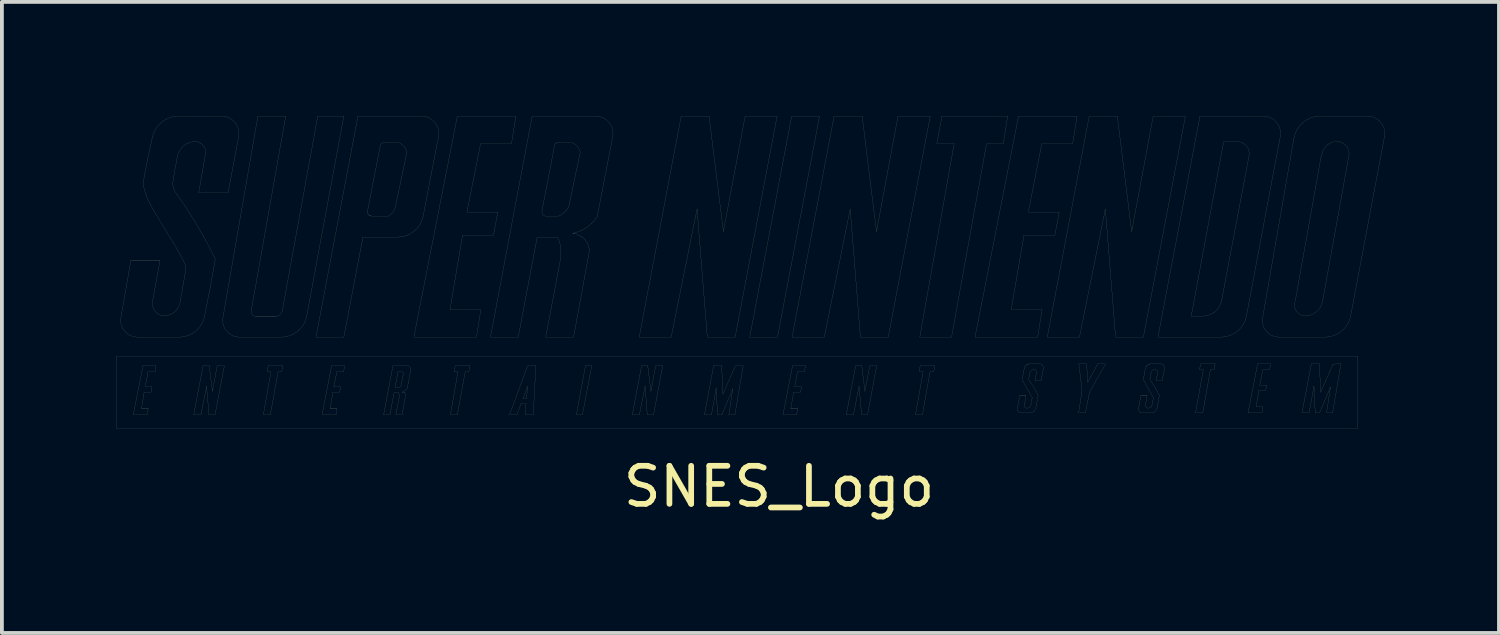
<source format=kicad_pcb>
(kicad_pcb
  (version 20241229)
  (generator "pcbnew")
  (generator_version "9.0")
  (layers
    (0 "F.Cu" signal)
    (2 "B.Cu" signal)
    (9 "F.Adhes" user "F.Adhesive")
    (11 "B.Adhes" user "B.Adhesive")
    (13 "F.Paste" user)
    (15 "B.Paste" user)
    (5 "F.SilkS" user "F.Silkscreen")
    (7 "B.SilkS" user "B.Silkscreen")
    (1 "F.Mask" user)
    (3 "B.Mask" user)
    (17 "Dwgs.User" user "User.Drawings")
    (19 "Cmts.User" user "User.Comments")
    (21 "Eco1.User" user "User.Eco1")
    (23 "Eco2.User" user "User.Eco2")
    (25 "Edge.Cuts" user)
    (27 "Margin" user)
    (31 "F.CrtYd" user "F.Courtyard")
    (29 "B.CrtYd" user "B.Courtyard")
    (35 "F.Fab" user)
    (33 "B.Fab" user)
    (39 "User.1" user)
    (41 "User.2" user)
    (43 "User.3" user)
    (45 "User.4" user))
  (footprint "SNES_Logo"
    (layer "F.Cu")
    (at 17.424 8.467)
    (property "Reference" "SNES_Logo" (at 0 1.27 0) (layer "F.SilkS") (effects (font (size 1 1) (thickness 0.15))))
    (attr through_hole)
    (fp_line (start -17.423 -2.155) (end -17.423 -0.251) (stroke (width 0.002) (type solid)) (layer "F.SilkS"))
    (fp_line (start -17.423 -0.251) (end 15.206 -0.251) (stroke (width 0.002) (type solid)) (layer "F.SilkS"))
    (fp_line (start -17.035 -4.67) (end -17.292 -3.195) (stroke (width 0.002) (type solid)) (layer "F.SilkS"))
    (fp_line (start -16.972 -0.617) (end -16.715 -1.909) (stroke (width 0.002) (type solid)) (layer "F.SilkS"))
    (fp_line (start -16.84 -2.658) (end -15.748 -2.658) (stroke (width 0.002) (type solid)) (layer "F.SilkS"))
    (fp_line (start -16.755 -0.777) (end -16.577 -0.777) (stroke (width 0.002) (type solid)) (layer "F.SilkS"))
    (fp_line (start -16.715 -1.909) (end -16.377 -1.909) (stroke (width 0.002) (type solid)) (layer "F.SilkS"))
    (fp_line (start -16.697 -6.791) (end -16.697 -6.785) (stroke (width 0.002) (type solid)) (layer "F.SilkS"))
    (fp_line (start -16.697 -6.785) (end -16.697 -6.78) (stroke (width 0.002) (type solid)) (layer "F.SilkS"))
    (fp_line (start -16.692 -6.825) (end -16.692 -6.814) (stroke (width 0.002) (type solid)) (layer "F.SilkS"))
    (fp_line (start -16.692 -6.814) (end -16.692 -6.802) (stroke (width 0.002) (type solid)) (layer "F.SilkS"))
    (fp_line (start -16.692 -6.802) (end -16.697 -6.791) (stroke (width 0.002) (type solid)) (layer "F.SilkS"))
    (fp_line (start -16.686 -6.871) (end -16.686 -6.854) (stroke (width 0.002) (type solid)) (layer "F.SilkS"))
    (fp_line (start -16.686 -6.854) (end -16.686 -6.842) (stroke (width 0.002) (type solid)) (layer "F.SilkS"))
    (fp_line (start -16.686 -6.842) (end -16.692 -6.825) (stroke (width 0.002) (type solid)) (layer "F.SilkS"))
    (fp_line (start -16.686 -1.212) (end -16.755 -0.777) (stroke (width 0.002) (type solid)) (layer "F.SilkS"))
    (fp_line (start -16.68 -6.9) (end -16.68 -6.882) (stroke (width 0.002) (type solid)) (layer "F.SilkS"))
    (fp_line (start -16.68 -6.882) (end -16.686 -6.871) (stroke (width 0.002) (type solid)) (layer "F.SilkS"))
    (fp_line (start -16.674 -6.94) (end -16.68 -6.9) (stroke (width 0.002) (type solid)) (layer "F.SilkS"))
    (fp_line (start -16.663 -6.974) (end -16.674 -6.94) (stroke (width 0.002) (type solid)) (layer "F.SilkS"))
    (fp_line (start -16.657 -7.014) (end -16.663 -6.974) (stroke (width 0.002) (type solid)) (layer "F.SilkS"))
    (fp_line (start -16.657 -1.349) (end -16.48 -1.349) (stroke (width 0.002) (type solid)) (layer "F.SilkS"))
    (fp_line (start -16.652 -7.06) (end -16.657 -7.014) (stroke (width 0.002) (type solid)) (layer "F.SilkS"))
    (fp_line (start -16.64 -7.105) (end -16.652 -7.06) (stroke (width 0.002) (type solid)) (layer "F.SilkS"))
    (fp_line (start -16.629 -7.151) (end -16.64 -7.105) (stroke (width 0.002) (type solid)) (layer "F.SilkS"))
    (fp_line (start -16.623 -7.197) (end -16.629 -7.151) (stroke (width 0.002) (type solid)) (layer "F.SilkS"))
    (fp_line (start -16.612 -7.243) (end -16.623 -7.197) (stroke (width 0.002) (type solid)) (layer "F.SilkS"))
    (fp_line (start -16.606 -0.617) (end -16.972 -0.617) (stroke (width 0.002) (type solid)) (layer "F.SilkS"))
    (fp_line (start -16.6 -7.294) (end -16.612 -7.243) (stroke (width 0.002) (type solid)) (layer "F.SilkS"))
    (fp_line (start -16.583 -7.391) (end -16.6 -7.294) (stroke (width 0.002) (type solid)) (layer "F.SilkS"))
    (fp_line (start -16.583 -1.749) (end -16.657 -1.349) (stroke (width 0.002) (type solid)) (layer "F.SilkS"))
    (fp_line (start -16.577 -0.777) (end -16.606 -0.617) (stroke (width 0.002) (type solid)) (layer "F.SilkS"))
    (fp_line (start -16.572 -7.437) (end -16.583 -7.391) (stroke (width 0.002) (type solid)) (layer "F.SilkS"))
    (fp_line (start -16.56 -7.488) (end -16.572 -7.437) (stroke (width 0.002) (type solid)) (layer "F.SilkS"))
    (fp_line (start -16.549 -7.534) (end -16.56 -7.488) (stroke (width 0.002) (type solid)) (layer "F.SilkS"))
    (fp_line (start -16.543 -7.58) (end -16.549 -7.534) (stroke (width 0.002) (type solid)) (layer "F.SilkS"))
    (fp_line (start -16.532 -7.62) (end -16.543 -7.58) (stroke (width 0.002) (type solid)) (layer "F.SilkS"))
    (fp_line (start -16.526 -7.66) (end -16.532 -7.62) (stroke (width 0.002) (type solid)) (layer "F.SilkS"))
    (fp_line (start -16.514 -7.7) (end -16.526 -7.66) (stroke (width 0.002) (type solid)) (layer "F.SilkS"))
    (fp_line (start -16.509 -7.734) (end -16.514 -7.7) (stroke (width 0.002) (type solid)) (layer "F.SilkS"))
    (fp_line (start -16.503 -7.751) (end -16.509 -7.734) (stroke (width 0.002) (type solid)) (layer "F.SilkS"))
    (fp_line (start -16.503 -1.212) (end -16.686 -1.212) (stroke (width 0.002) (type solid)) (layer "F.SilkS"))
    (fp_line (start -16.497 -7.786) (end -16.497 -7.768) (stroke (width 0.002) (type solid)) (layer "F.SilkS"))
    (fp_line (start -16.497 -7.768) (end -16.503 -7.751) (stroke (width 0.002) (type solid)) (layer "F.SilkS"))
    (fp_line (start -16.492 -7.814) (end -16.492 -7.797) (stroke (width 0.002) (type solid)) (layer "F.SilkS"))
    (fp_line (start -16.492 -7.797) (end -16.497 -7.786) (stroke (width 0.002) (type solid)) (layer "F.SilkS"))
    (fp_line (start -16.486 -7.837) (end -16.486 -7.826) (stroke (width 0.002) (type solid)) (layer "F.SilkS"))
    (fp_line (start -16.486 -7.826) (end -16.492 -7.814) (stroke (width 0.002) (type solid)) (layer "F.SilkS"))
    (fp_line (start -16.48 -7.866) (end -16.48 -7.854) (stroke (width 0.002) (type solid)) (layer "F.SilkS"))
    (fp_line (start -16.48 -7.854) (end -16.48 -7.849) (stroke (width 0.002) (type solid)) (layer "F.SilkS"))
    (fp_line (start -16.48 -7.849) (end -16.486 -7.837) (stroke (width 0.002) (type solid)) (layer "F.SilkS"))
    (fp_line (start -16.48 -1.349) (end -16.503 -1.212) (stroke (width 0.002) (type solid)) (layer "F.SilkS"))
    (fp_line (start -16.474 -7.889) (end -16.474 -7.883) (stroke (width 0.002) (type solid)) (layer "F.SilkS"))
    (fp_line (start -16.474 -7.883) (end -16.474 -7.877) (stroke (width 0.002) (type solid)) (layer "F.SilkS"))
    (fp_line (start -16.474 -7.877) (end -16.474 -7.871) (stroke (width 0.002) (type solid)) (layer "F.SilkS"))
    (fp_line (start -16.474 -7.871) (end -16.48 -7.866) (stroke (width 0.002) (type solid)) (layer "F.SilkS"))
    (fp_line (start -16.463 -3.607) (end -16.269 -4.67) (stroke (width 0.002) (type solid)) (layer "F.SilkS"))
    (fp_line (start -16.4 -1.749) (end -16.583 -1.749) (stroke (width 0.002) (type solid)) (layer "F.SilkS"))
    (fp_line (start -16.377 -1.909) (end -16.4 -1.749) (stroke (width 0.002) (type solid)) (layer "F.SilkS"))
    (fp_line (start -16.269 -4.67) (end -17.035 -4.67) (stroke (width 0.002) (type solid)) (layer "F.SilkS"))
    (fp_line (start -15.383 -0.617) (end -15.137 -1.909) (stroke (width 0.002) (type solid)) (layer "F.SilkS"))
    (fp_line (start -15.251 -6.454) (end -14.479 -6.454) (stroke (width 0.002) (type solid)) (layer "F.SilkS"))
    (fp_line (start -15.194 -0.617) (end -15.383 -0.617) (stroke (width 0.002) (type solid)) (layer "F.SilkS"))
    (fp_line (start -15.137 -1.909) (end -14.977 -1.909) (stroke (width 0.002) (type solid)) (layer "F.SilkS"))
    (fp_line (start -15.085 -7.408) (end -15.251 -6.454) (stroke (width 0.002) (type solid)) (layer "F.SilkS"))
    (fp_line (start -15.045 -1.366) (end -15.194 -0.617) (stroke (width 0.002) (type solid)) (layer "F.SilkS"))
    (fp_line (start -14.982 -0.617) (end -15.045 -1.366) (stroke (width 0.002) (type solid)) (layer "F.SilkS"))
    (fp_line (start -14.977 -1.909) (end -14.891 -1.235) (stroke (width 0.002) (type solid)) (layer "F.SilkS"))
    (fp_line (start -14.891 -1.235) (end -14.765 -1.909) (stroke (width 0.002) (type solid)) (layer "F.SilkS"))
    (fp_line (start -14.822 -0.617) (end -14.982 -0.617) (stroke (width 0.002) (type solid)) (layer "F.SilkS"))
    (fp_line (start -14.765 -1.909) (end -14.577 -1.909) (stroke (width 0.002) (type solid)) (layer "F.SilkS"))
    (fp_line (start -14.668 -8.466) (end -15.8 -8.466) (stroke (width 0.002) (type solid)) (layer "F.SilkS"))
    (fp_line (start -14.577 -1.909) (end -14.822 -0.617) (stroke (width 0.002) (type solid)) (layer "F.SilkS"))
    (fp_line (start -14.479 -6.454) (end -14.211 -7.889) (stroke (width 0.002) (type solid)) (layer "F.SilkS"))
    (fp_line (start -14.159 -2.658) (end -13.067 -2.658) (stroke (width 0.002) (type solid)) (layer "F.SilkS"))
    (fp_line (start -13.873 -3.344) (end -12.965 -8.466) (stroke (width 0.002) (type solid)) (layer "F.SilkS"))
    (fp_line (start -13.696 -8.466) (end -14.611 -3.195) (stroke (width 0.002) (type solid)) (layer "F.SilkS"))
    (fp_line (start -13.553 -0.617) (end -13.353 -1.749) (stroke (width 0.002) (type solid)) (layer "F.SilkS"))
    (fp_line (start -13.456 -1.749) (end -13.422 -1.909) (stroke (width 0.002) (type solid)) (layer "F.SilkS"))
    (fp_line (start -13.422 -1.909) (end -13.045 -1.909) (stroke (width 0.002) (type solid)) (layer "F.SilkS"))
    (fp_line (start -13.37 -0.617) (end -13.553 -0.617) (stroke (width 0.002) (type solid)) (layer "F.SilkS"))
    (fp_line (start -13.353 -1.749) (end -13.456 -1.749) (stroke (width 0.002) (type solid)) (layer "F.SilkS"))
    (fp_line (start -13.216 -3.207) (end -13.759 -3.207) (stroke (width 0.002) (type solid)) (layer "F.SilkS"))
    (fp_line (start -13.165 -1.749) (end -13.37 -0.617) (stroke (width 0.002) (type solid)) (layer "F.SilkS"))
    (fp_line (start -13.067 -1.749) (end -13.165 -1.749) (stroke (width 0.002) (type solid)) (layer "F.SilkS"))
    (fp_line (start -13.045 -1.909) (end -13.067 -1.749) (stroke (width 0.002) (type solid)) (layer "F.SilkS"))
    (fp_line (start -12.965 -8.466) (end -13.696 -8.466) (stroke (width 0.002) (type solid)) (layer "F.SilkS"))
    (fp_line (start -12.416 -3.195) (end -11.438 -8.466) (stroke (width 0.002) (type solid)) (layer "F.SilkS"))
    (fp_line (start -12.17 -2.658) (end -11.438 -2.658) (stroke (width 0.002) (type solid)) (layer "F.SilkS"))
    (fp_line (start -12.124 -8.466) (end -13.056 -3.344) (stroke (width 0.002) (type solid)) (layer "F.SilkS"))
    (fp_line (start -12.01 -0.617) (end -11.758 -1.909) (stroke (width 0.002) (type solid)) (layer "F.SilkS"))
    (fp_line (start -11.798 -0.777) (end -11.621 -0.777) (stroke (width 0.002) (type solid)) (layer "F.SilkS"))
    (fp_line (start -11.758 -1.909) (end -11.415 -1.909) (stroke (width 0.002) (type solid)) (layer "F.SilkS"))
    (fp_line (start -11.724 -1.212) (end -11.798 -0.777) (stroke (width 0.002) (type solid)) (layer "F.SilkS"))
    (fp_line (start -11.701 -1.349) (end -11.524 -1.349) (stroke (width 0.002) (type solid)) (layer "F.SilkS"))
    (fp_line (start -11.644 -0.617) (end -12.01 -0.617) (stroke (width 0.002) (type solid)) (layer "F.SilkS"))
    (fp_line (start -11.621 -1.749) (end -11.701 -1.349) (stroke (width 0.002) (type solid)) (layer "F.SilkS"))
    (fp_line (start -11.621 -0.777) (end -11.644 -0.617) (stroke (width 0.002) (type solid)) (layer "F.SilkS"))
    (fp_line (start -11.547 -1.212) (end -11.724 -1.212) (stroke (width 0.002) (type solid)) (layer "F.SilkS"))
    (fp_line (start -11.524 -1.349) (end -11.547 -1.212) (stroke (width 0.002) (type solid)) (layer "F.SilkS"))
    (fp_line (start -11.444 -1.749) (end -11.621 -1.749) (stroke (width 0.002) (type solid)) (layer "F.SilkS"))
    (fp_line (start -11.438 -8.466) (end -12.124 -8.466) (stroke (width 0.002) (type solid)) (layer "F.SilkS"))
    (fp_line (start -11.438 -2.658) (end -10.935 -5.288) (stroke (width 0.002) (type solid)) (layer "F.SilkS"))
    (fp_line (start -11.415 -1.909) (end -11.444 -1.749) (stroke (width 0.002) (type solid)) (layer "F.SilkS"))
    (fp_line (start -11.067 -8.466) (end -12.17 -2.658) (stroke (width 0.002) (type solid)) (layer "F.SilkS"))
    (fp_line (start -10.935 -5.288) (end -10.003 -5.288) (stroke (width 0.002) (type solid)) (layer "F.SilkS"))
    (fp_line (start -10.815 -5.974) (end -10.472 -7.728) (stroke (width 0.002) (type solid)) (layer "F.SilkS"))
    (fp_line (start -10.815 -5.934) (end -10.815 -5.939) (stroke (width 0.002) (type solid)) (layer "F.SilkS"))
    (fp_line (start -10.809 -5.928) (end -10.815 -5.934) (stroke (width 0.002) (type solid)) (layer "F.SilkS"))
    (fp_line (start -10.809 -5.922) (end -10.809 -5.928) (stroke (width 0.002) (type solid)) (layer "F.SilkS"))
    (fp_line (start -10.809 -5.916) (end -10.809 -5.922) (stroke (width 0.002) (type solid)) (layer "F.SilkS"))
    (fp_line (start -10.804 -5.911) (end -10.809 -5.916) (stroke (width 0.002) (type solid)) (layer "F.SilkS"))
    (fp_line (start -10.804 -5.905) (end -10.804 -5.911) (stroke (width 0.002) (type solid)) (layer "F.SilkS"))
    (fp_line (start -10.804 -5.899) (end -10.804 -5.905) (stroke (width 0.002) (type solid)) (layer "F.SilkS"))
    (fp_line (start -10.798 -5.893) (end -10.804 -5.899) (stroke (width 0.002) (type solid)) (layer "F.SilkS"))
    (fp_line (start -10.792 -5.888) (end -10.798 -5.893) (stroke (width 0.002) (type solid)) (layer "F.SilkS"))
    (fp_line (start -10.792 -5.882) (end -10.792 -5.888) (stroke (width 0.002) (type solid)) (layer "F.SilkS"))
    (fp_line (start -10.787 -5.876) (end -10.792 -5.882) (stroke (width 0.002) (type solid)) (layer "F.SilkS"))
    (fp_line (start -10.781 -5.871) (end -10.787 -5.876) (stroke (width 0.002) (type solid)) (layer "F.SilkS"))
    (fp_line (start -10.781 -5.865) (end -10.781 -5.871) (stroke (width 0.002) (type solid)) (layer "F.SilkS"))
    (fp_line (start -10.775 -5.865) (end -10.781 -5.865) (stroke (width 0.002) (type solid)) (layer "F.SilkS"))
    (fp_line (start -10.769 -5.859) (end -10.775 -5.865) (stroke (width 0.002) (type solid)) (layer "F.SilkS"))
    (fp_line (start -10.764 -5.853) (end -10.769 -5.859) (stroke (width 0.002) (type solid)) (layer "F.SilkS"))
    (fp_line (start -10.758 -5.853) (end -10.764 -5.853) (stroke (width 0.002) (type solid)) (layer "F.SilkS"))
    (fp_line (start -10.752 -5.848) (end -10.758 -5.853) (stroke (width 0.002) (type solid)) (layer "F.SilkS"))
    (fp_line (start -10.747 -5.848) (end -10.752 -5.848) (stroke (width 0.002) (type solid)) (layer "F.SilkS"))
    (fp_line (start -10.741 -5.848) (end -10.747 -5.848) (stroke (width 0.002) (type solid)) (layer "F.SilkS"))
    (fp_line (start -10.741 -5.842) (end -10.741 -5.848) (stroke (width 0.002) (type solid)) (layer "F.SilkS"))
    (fp_line (start -10.735 -5.842) (end -10.741 -5.842) (stroke (width 0.002) (type solid)) (layer "F.SilkS"))
    (fp_line (start -10.729 -5.842) (end -10.735 -5.842) (stroke (width 0.002) (type solid)) (layer "F.SilkS"))
    (fp_line (start -10.724 -5.842) (end -10.729 -5.842) (stroke (width 0.002) (type solid)) (layer "F.SilkS"))
    (fp_line (start -10.718 -5.842) (end -10.724 -5.842) (stroke (width 0.002) (type solid)) (layer "F.SilkS"))
    (fp_line (start -10.712 -5.836) (end -10.718 -5.842) (stroke (width 0.002) (type solid)) (layer "F.SilkS"))
    (fp_line (start -10.707 -5.836) (end -10.712 -5.836) (stroke (width 0.002) (type solid)) (layer "F.SilkS"))
    (fp_line (start -10.701 -5.836) (end -10.707 -5.836) (stroke (width 0.002) (type solid)) (layer "F.SilkS"))
    (fp_line (start -10.392 -0.617) (end -10.146 -1.909) (stroke (width 0.002) (type solid)) (layer "F.SilkS"))
    (fp_line (start -10.364 -7.774) (end -10.009 -7.774) (stroke (width 0.002) (type solid)) (layer "F.SilkS"))
    (fp_line (start -10.335 -8.466) (end -11.067 -8.466) (stroke (width 0.002) (type solid)) (layer "F.SilkS"))
    (fp_line (start -10.272 -5.836) (end -10.701 -5.836) (stroke (width 0.002) (type solid)) (layer "F.SilkS"))
    (fp_line (start -10.226 -0.617) (end -10.392 -0.617) (stroke (width 0.002) (type solid)) (layer "F.SilkS"))
    (fp_line (start -10.146 -1.909) (end -9.78 -1.909) (stroke (width 0.002) (type solid)) (layer "F.SilkS"))
    (fp_line (start -10.118 -1.2) (end -10.226 -0.617) (stroke (width 0.002) (type solid)) (layer "F.SilkS"))
    (fp_line (start -10.066 -1.326) (end -9.998 -1.326) (stroke (width 0.002) (type solid)) (layer "F.SilkS"))
    (fp_line (start -10.015 -1.743) (end -10.089 -1.355) (stroke (width 0.002) (type solid)) (layer "F.SilkS"))
    (fp_line (start -10.003 -1.2) (end -10.118 -1.2) (stroke (width 0.002) (type solid)) (layer "F.SilkS"))
    (fp_line (start -9.935 -1.377) (end -9.872 -1.698) (stroke (width 0.002) (type solid)) (layer "F.SilkS"))
    (fp_line (start -9.918 -1.755) (end -9.992 -1.755) (stroke (width 0.002) (type solid)) (layer "F.SilkS"))
    (fp_line (start -9.912 -1.212) (end -9.9 -1.212) (stroke (width 0.002) (type solid)) (layer "F.SilkS"))
    (fp_line (start -9.906 -0.617) (end -10.072 -0.617) (stroke (width 0.002) (type solid)) (layer "F.SilkS"))
    (fp_line (start -9.9 -1.212) (end -9.895 -1.212) (stroke (width 0.002) (type solid)) (layer "F.SilkS"))
    (fp_line (start -9.895 -1.212) (end -9.889 -1.212) (stroke (width 0.002) (type solid)) (layer "F.SilkS"))
    (fp_line (start -9.889 -1.212) (end -9.889 -1.206) (stroke (width 0.002) (type solid)) (layer "F.SilkS"))
    (fp_line (start -9.889 -1.206) (end -9.883 -1.206) (stroke (width 0.002) (type solid)) (layer "F.SilkS"))
    (fp_line (start -9.883 -1.206) (end -9.878 -1.206) (stroke (width 0.002) (type solid)) (layer "F.SilkS"))
    (fp_line (start -9.878 -1.206) (end -9.872 -1.206) (stroke (width 0.002) (type solid)) (layer "F.SilkS"))
    (fp_line (start -9.872 -1.206) (end -9.866 -1.206) (stroke (width 0.002) (type solid)) (layer "F.SilkS"))
    (fp_line (start -9.866 -1.206) (end -9.86 -1.2) (stroke (width 0.002) (type solid)) (layer "F.SilkS"))
    (fp_line (start -9.86 -1.2) (end -9.855 -1.2) (stroke (width 0.002) (type solid)) (layer "F.SilkS"))
    (fp_line (start -9.855 -1.2) (end -9.849 -1.2) (stroke (width 0.002) (type solid)) (layer "F.SilkS"))
    (fp_line (start -9.849 -1.2) (end -9.843 -1.2) (stroke (width 0.002) (type solid)) (layer "F.SilkS"))
    (fp_line (start -9.843 -1.2) (end -9.843 -1.195) (stroke (width 0.002) (type solid)) (layer "F.SilkS"))
    (fp_line (start -9.843 -1.195) (end -9.838 -1.195) (stroke (width 0.002) (type solid)) (layer "F.SilkS"))
    (fp_line (start -9.838 -1.195) (end -9.832 -1.195) (stroke (width 0.002) (type solid)) (layer "F.SilkS"))
    (fp_line (start -9.832 -1.195) (end -9.832 -1.189) (stroke (width 0.002) (type solid)) (layer "F.SilkS"))
    (fp_line (start -9.832 -1.189) (end -9.826 -1.189) (stroke (width 0.002) (type solid)) (layer "F.SilkS"))
    (fp_line (start -9.78 -7.517) (end -10.083 -6.082) (stroke (width 0.002) (type solid)) (layer "F.SilkS"))
    (fp_line (start -9.683 -1.778) (end -9.769 -1.32) (stroke (width 0.002) (type solid)) (layer "F.SilkS"))
    (fp_line (start -9.598 -2.658) (end -7.951 -2.658) (stroke (width 0.002) (type solid)) (layer "F.SilkS"))
    (fp_line (start -9.415 -8.466) (end -10.335 -8.466) (stroke (width 0.002) (type solid)) (layer "F.SilkS"))
    (fp_line (start -9.357 -5.825) (end -8.957 -7.889) (stroke (width 0.002) (type solid)) (layer "F.SilkS"))
    (fp_line (start -8.649 -3.378) (end -8.317 -5.339) (stroke (width 0.002) (type solid)) (layer "F.SilkS"))
    (fp_line (start -8.637 -0.617) (end -8.437 -1.749) (stroke (width 0.002) (type solid)) (layer "F.SilkS"))
    (fp_line (start -8.54 -1.749) (end -8.511 -1.909) (stroke (width 0.002) (type solid)) (layer "F.SilkS"))
    (fp_line (start -8.511 -1.909) (end -8.128 -1.909) (stroke (width 0.002) (type solid)) (layer "F.SilkS"))
    (fp_line (start -8.454 -8.466) (end -9.598 -2.658) (stroke (width 0.002) (type solid)) (layer "F.SilkS"))
    (fp_line (start -8.454 -0.617) (end -8.637 -0.617) (stroke (width 0.002) (type solid)) (layer "F.SilkS"))
    (fp_line (start -8.437 -1.749) (end -8.54 -1.749) (stroke (width 0.002) (type solid)) (layer "F.SilkS"))
    (fp_line (start -8.317 -5.339) (end -7.505 -5.339) (stroke (width 0.002) (type solid)) (layer "F.SilkS"))
    (fp_line (start -8.248 -1.749) (end -8.454 -0.617) (stroke (width 0.002) (type solid)) (layer "F.SilkS"))
    (fp_line (start -8.203 -5.945) (end -7.843 -7.746) (stroke (width 0.002) (type solid)) (layer "F.SilkS"))
    (fp_line (start -8.151 -1.749) (end -8.248 -1.749) (stroke (width 0.002) (type solid)) (layer "F.SilkS"))
    (fp_line (start -8.128 -1.909) (end -8.151 -1.749) (stroke (width 0.002) (type solid)) (layer "F.SilkS"))
    (fp_line (start -7.951 -2.658) (end -7.837 -3.378) (stroke (width 0.002) (type solid)) (layer "F.SilkS"))
    (fp_line (start -7.843 -7.746) (end -7.031 -7.746) (stroke (width 0.002) (type solid)) (layer "F.SilkS"))
    (fp_line (start -7.837 -3.378) (end -8.649 -3.378) (stroke (width 0.002) (type solid)) (layer "F.SilkS"))
    (fp_line (start -7.585 -2.658) (end -6.854 -2.658) (stroke (width 0.002) (type solid)) (layer "F.SilkS"))
    (fp_line (start -7.505 -5.339) (end -7.391 -5.945) (stroke (width 0.002) (type solid)) (layer "F.SilkS"))
    (fp_line (start -7.391 -5.945) (end -8.203 -5.945) (stroke (width 0.002) (type solid)) (layer "F.SilkS"))
    (fp_line (start -7.082 -0.617) (end -6.608 -1.909) (stroke (width 0.002) (type solid)) (layer "F.SilkS"))
    (fp_line (start -7.031 -7.746) (end -6.916 -8.466) (stroke (width 0.002) (type solid)) (layer "F.SilkS"))
    (fp_line (start -6.916 -8.466) (end -8.454 -8.466) (stroke (width 0.002) (type solid)) (layer "F.SilkS"))
    (fp_line (start -6.888 -0.617) (end -7.082 -0.617) (stroke (width 0.002) (type solid)) (layer "F.SilkS"))
    (fp_line (start -6.854 -2.658) (end -6.356 -5.288) (stroke (width 0.002) (type solid)) (layer "F.SilkS"))
    (fp_line (start -6.779 -0.914) (end -6.888 -0.617) (stroke (width 0.002) (type solid)) (layer "F.SilkS"))
    (fp_line (start -6.728 -1.04) (end -6.636 -1.04) (stroke (width 0.002) (type solid)) (layer "F.SilkS"))
    (fp_line (start -6.676 -0.617) (end -6.648 -0.914) (stroke (width 0.002) (type solid)) (layer "F.SilkS"))
    (fp_line (start -6.648 -0.914) (end -6.779 -0.914) (stroke (width 0.002) (type solid)) (layer "F.SilkS"))
    (fp_line (start -6.636 -1.04) (end -6.608 -1.366) (stroke (width 0.002) (type solid)) (layer "F.SilkS"))
    (fp_line (start -6.608 -1.909) (end -6.391 -1.909) (stroke (width 0.002) (type solid)) (layer "F.SilkS"))
    (fp_line (start -6.608 -1.366) (end -6.728 -1.04) (stroke (width 0.002) (type solid)) (layer "F.SilkS"))
    (fp_line (start -6.488 -8.466) (end -7.585 -2.658) (stroke (width 0.002) (type solid)) (layer "F.SilkS"))
    (fp_line (start -6.459 -0.617) (end -6.676 -0.617) (stroke (width 0.002) (type solid)) (layer "F.SilkS"))
    (fp_line (start -6.391 -1.909) (end -6.459 -0.617) (stroke (width 0.002) (type solid)) (layer "F.SilkS"))
    (fp_line (start -6.356 -5.288) (end -5.836 -5.288) (stroke (width 0.002) (type solid)) (layer "F.SilkS"))
    (fp_line (start -6.231 -5.974) (end -5.893 -7.728) (stroke (width 0.002) (type solid)) (layer "F.SilkS"))
    (fp_line (start -6.133 -2.658) (end -5.402 -2.658) (stroke (width 0.002) (type solid)) (layer "F.SilkS"))
    (fp_line (start -5.893 -7.728) (end -5.888 -7.734) (stroke (width 0.002) (type solid)) (layer "F.SilkS"))
    (fp_line (start -5.888 -7.734) (end -5.882 -7.74) (stroke (width 0.002) (type solid)) (layer "F.SilkS"))
    (fp_line (start -5.882 -7.74) (end -5.87 -7.746) (stroke (width 0.002) (type solid)) (layer "F.SilkS"))
    (fp_line (start -5.87 -7.746) (end -5.865 -7.746) (stroke (width 0.002) (type solid)) (layer "F.SilkS"))
    (fp_line (start -5.865 -7.746) (end -5.859 -7.751) (stroke (width 0.002) (type solid)) (layer "F.SilkS"))
    (fp_line (start -5.859 -7.751) (end -5.853 -7.757) (stroke (width 0.002) (type solid)) (layer "F.SilkS"))
    (fp_line (start -5.853 -7.757) (end -5.848 -7.757) (stroke (width 0.002) (type solid)) (layer "F.SilkS"))
    (fp_line (start -5.848 -7.757) (end -5.842 -7.763) (stroke (width 0.002) (type solid)) (layer "F.SilkS"))
    (fp_line (start -5.842 -7.763) (end -5.836 -7.763) (stroke (width 0.002) (type solid)) (layer "F.SilkS"))
    (fp_line (start -5.836 -7.763) (end -5.825 -7.768) (stroke (width 0.002) (type solid)) (layer "F.SilkS"))
    (fp_line (start -5.825 -7.768) (end -5.819 -7.768) (stroke (width 0.002) (type solid)) (layer "F.SilkS"))
    (fp_line (start -5.819 -7.768) (end -5.813 -7.768) (stroke (width 0.002) (type solid)) (layer "F.SilkS"))
    (fp_line (start -5.813 -7.768) (end -5.808 -7.768) (stroke (width 0.002) (type solid)) (layer "F.SilkS"))
    (fp_line (start -5.808 -7.774) (end -5.802 -7.774) (stroke (width 0.002) (type solid)) (layer "F.SilkS"))
    (fp_line (start -5.808 -7.768) (end -5.808 -7.774) (stroke (width 0.002) (type solid)) (layer "F.SilkS"))
    (fp_line (start -5.802 -7.774) (end -5.796 -7.774) (stroke (width 0.002) (type solid)) (layer "F.SilkS"))
    (fp_line (start -5.802 -5.836) (end -6.116 -5.836) (stroke (width 0.002) (type solid)) (layer "F.SilkS"))
    (fp_line (start -5.796 -7.774) (end -5.79 -7.774) (stroke (width 0.002) (type solid)) (layer "F.SilkS"))
    (fp_line (start -5.79 -7.774) (end -5.785 -7.774) (stroke (width 0.002) (type solid)) (layer "F.SilkS"))
    (fp_line (start -5.785 -7.774) (end -5.453 -7.774) (stroke (width 0.002) (type solid)) (layer "F.SilkS"))
    (fp_line (start -5.373 -5.385) (end -5.424 -5.385) (stroke (width 0.002) (type solid)) (layer "F.SilkS"))
    (fp_line (start -5.327 -0.617) (end -5.087 -1.909) (stroke (width 0.002) (type solid)) (layer "F.SilkS"))
    (fp_line (start -5.224 -7.517) (end -5.527 -6.088) (stroke (width 0.002) (type solid)) (layer "F.SilkS"))
    (fp_line (start -5.167 -0.617) (end -5.327 -0.617) (stroke (width 0.002) (type solid)) (layer "F.SilkS"))
    (fp_line (start -5.087 -1.909) (end -4.921 -1.909) (stroke (width 0.002) (type solid)) (layer "F.SilkS"))
    (fp_line (start -4.921 -1.909) (end -5.167 -0.617) (stroke (width 0.002) (type solid)) (layer "F.SilkS"))
    (fp_line (start -4.836 -8.466) (end -6.488 -8.466) (stroke (width 0.002) (type solid)) (layer "F.SilkS"))
    (fp_line (start -4.779 -5.825) (end -4.378 -7.889) (stroke (width 0.002) (type solid)) (layer "F.SilkS"))
    (fp_line (start -3.858 -0.617) (end -3.612 -1.909) (stroke (width 0.002) (type solid)) (layer "F.SilkS"))
    (fp_line (start -3.675 -2.658) (end -2.835 -2.658) (stroke (width 0.002) (type solid)) (layer "F.SilkS"))
    (fp_line (start -3.67 -0.617) (end -3.858 -0.617) (stroke (width 0.002) (type solid)) (layer "F.SilkS"))
    (fp_line (start -3.612 -1.909) (end -3.452 -1.909) (stroke (width 0.002) (type solid)) (layer "F.SilkS"))
    (fp_line (start -3.521 -1.366) (end -3.67 -0.617) (stroke (width 0.002) (type solid)) (layer "F.SilkS"))
    (fp_line (start -3.464 -0.617) (end -3.521 -1.366) (stroke (width 0.002) (type solid)) (layer "F.SilkS"))
    (fp_line (start -3.452 -1.909) (end -3.367 -1.235) (stroke (width 0.002) (type solid)) (layer "F.SilkS"))
    (fp_line (start -3.367 -1.235) (end -3.241 -1.909) (stroke (width 0.002) (type solid)) (layer "F.SilkS"))
    (fp_line (start -3.298 -0.617) (end -3.464 -0.617) (stroke (width 0.002) (type solid)) (layer "F.SilkS"))
    (fp_line (start -3.241 -1.909) (end -3.058 -1.909) (stroke (width 0.002) (type solid)) (layer "F.SilkS"))
    (fp_line (start -3.058 -1.909) (end -3.298 -0.617) (stroke (width 0.002) (type solid)) (layer "F.SilkS"))
    (fp_line (start -2.835 -2.658) (end -2.155 -6.025) (stroke (width 0.002) (type solid)) (layer "F.SilkS"))
    (fp_line (start -2.572 -8.466) (end -3.675 -2.658) (stroke (width 0.002) (type solid)) (layer "F.SilkS"))
    (fp_line (start -2.155 -6.025) (end -1.886 -2.658) (stroke (width 0.002) (type solid)) (layer "F.SilkS"))
    (fp_line (start -1.96 -0.617) (end -1.72 -1.909) (stroke (width 0.002) (type solid)) (layer "F.SilkS"))
    (fp_line (start -1.886 -2.658) (end -1.154 -2.658) (stroke (width 0.002) (type solid)) (layer "F.SilkS"))
    (fp_line (start -1.84 -8.466) (end -2.572 -8.466) (stroke (width 0.002) (type solid)) (layer "F.SilkS"))
    (fp_line (start -1.777 -0.617) (end -1.96 -0.617) (stroke (width 0.002) (type solid)) (layer "F.SilkS"))
    (fp_line (start -1.72 -1.909) (end -1.509 -1.909) (stroke (width 0.002) (type solid)) (layer "F.SilkS"))
    (fp_line (start -1.652 -1.315) (end -1.777 -0.617) (stroke (width 0.002) (type solid)) (layer "F.SilkS"))
    (fp_line (start -1.617 -0.617) (end -1.652 -1.315) (stroke (width 0.002) (type solid)) (layer "F.SilkS"))
    (fp_line (start -1.509 -1.909) (end -1.474 -1.16) (stroke (width 0.002) (type solid)) (layer "F.SilkS"))
    (fp_line (start -1.503 -0.617) (end -1.617 -0.617) (stroke (width 0.002) (type solid)) (layer "F.SilkS"))
    (fp_line (start -1.474 -1.16) (end -1.149 -1.903) (stroke (width 0.002) (type solid)) (layer "F.SilkS"))
    (fp_line (start -1.463 -5.43) (end -1.84 -8.466) (stroke (width 0.002) (type solid)) (layer "F.SilkS"))
    (fp_line (start -1.32 -0.617) (end -1.217 -1.297) (stroke (width 0.002) (type solid)) (layer "F.SilkS"))
    (fp_line (start -1.217 -1.297) (end -1.503 -0.617) (stroke (width 0.002) (type solid)) (layer "F.SilkS"))
    (fp_line (start -1.16 -0.617) (end -1.32 -0.617) (stroke (width 0.002) (type solid)) (layer "F.SilkS"))
    (fp_line (start -1.154 -2.658) (end -0.051 -8.466) (stroke (width 0.002) (type solid)) (layer "F.SilkS"))
    (fp_line (start -1.149 -1.903) (end -0.943 -1.903) (stroke (width 0.002) (type solid)) (layer "F.SilkS"))
    (fp_line (start -0.943 -1.903) (end -1.16 -0.617) (stroke (width 0.002) (type solid)) (layer "F.SilkS"))
    (fp_line (start -0.891 -8.466) (end -1.463 -5.43) (stroke (width 0.002) (type solid)) (layer "F.SilkS"))
    (fp_line (start -0.771 -2.658) (end -0.04 -2.658) (stroke (width 0.002) (type solid)) (layer "F.SilkS"))
    (fp_line (start -0.051 -8.466) (end -0.891 -8.466) (stroke (width 0.002) (type solid)) (layer "F.SilkS"))
    (fp_line (start -0.04 -2.658) (end 1.064 -8.466) (stroke (width 0.002) (type solid)) (layer "F.SilkS"))
    (fp_line (start 0.103 -0.617) (end 0.355 -1.909) (stroke (width 0.002) (type solid)) (layer "F.SilkS"))
    (fp_line (start 0.309 -0.777) (end 0.492 -0.777) (stroke (width 0.002) (type solid)) (layer "F.SilkS"))
    (fp_line (start 0.332 -8.466) (end -0.771 -2.658) (stroke (width 0.002) (type solid)) (layer "F.SilkS"))
    (fp_line (start 0.343 -2.658) (end 1.189 -2.658) (stroke (width 0.002) (type solid)) (layer "F.SilkS"))
    (fp_line (start 0.355 -1.909) (end 0.692 -1.909) (stroke (width 0.002) (type solid)) (layer "F.SilkS"))
    (fp_line (start 0.383 -1.212) (end 0.309 -0.777) (stroke (width 0.002) (type solid)) (layer "F.SilkS"))
    (fp_line (start 0.412 -1.349) (end 0.589 -1.349) (stroke (width 0.002) (type solid)) (layer "F.SilkS"))
    (fp_line (start 0.463 -0.617) (end 0.103 -0.617) (stroke (width 0.002) (type solid)) (layer "F.SilkS"))
    (fp_line (start 0.486 -1.749) (end 0.412 -1.349) (stroke (width 0.002) (type solid)) (layer "F.SilkS"))
    (fp_line (start 0.492 -0.777) (end 0.463 -0.617) (stroke (width 0.002) (type solid)) (layer "F.SilkS"))
    (fp_line (start 0.566 -1.212) (end 0.383 -1.212) (stroke (width 0.002) (type solid)) (layer "F.SilkS"))
    (fp_line (start 0.589 -1.349) (end 0.566 -1.212) (stroke (width 0.002) (type solid)) (layer "F.SilkS"))
    (fp_line (start 0.669 -1.749) (end 0.486 -1.749) (stroke (width 0.002) (type solid)) (layer "F.SilkS"))
    (fp_line (start 0.692 -1.909) (end 0.669 -1.749) (stroke (width 0.002) (type solid)) (layer "F.SilkS"))
    (fp_line (start 1.064 -8.466) (end 0.332 -8.466) (stroke (width 0.002) (type solid)) (layer "F.SilkS"))
    (fp_line (start 1.189 -2.658) (end 1.87 -6.025) (stroke (width 0.002) (type solid)) (layer "F.SilkS"))
    (fp_line (start 1.447 -8.466) (end 0.343 -2.658) (stroke (width 0.002) (type solid)) (layer "F.SilkS"))
    (fp_line (start 1.767 -0.617) (end 2.013 -1.909) (stroke (width 0.002) (type solid)) (layer "F.SilkS"))
    (fp_line (start 1.87 -6.025) (end 2.138 -2.658) (stroke (width 0.002) (type solid)) (layer "F.SilkS"))
    (fp_line (start 1.955 -0.617) (end 1.767 -0.617) (stroke (width 0.002) (type solid)) (layer "F.SilkS"))
    (fp_line (start 2.013 -1.909) (end 2.173 -1.909) (stroke (width 0.002) (type solid)) (layer "F.SilkS"))
    (fp_line (start 2.104 -1.366) (end 1.955 -0.617) (stroke (width 0.002) (type solid)) (layer "F.SilkS"))
    (fp_line (start 2.138 -2.658) (end 2.87 -2.658) (stroke (width 0.002) (type solid)) (layer "F.SilkS"))
    (fp_line (start 2.167 -0.617) (end 2.104 -1.366) (stroke (width 0.002) (type solid)) (layer "F.SilkS"))
    (fp_line (start 2.173 -1.909) (end 2.258 -1.235) (stroke (width 0.002) (type solid)) (layer "F.SilkS"))
    (fp_line (start 2.184 -8.466) (end 1.447 -8.466) (stroke (width 0.002) (type solid)) (layer "F.SilkS"))
    (fp_line (start 2.258 -1.235) (end 2.384 -1.909) (stroke (width 0.002) (type solid)) (layer "F.SilkS"))
    (fp_line (start 2.327 -0.617) (end 2.167 -0.617) (stroke (width 0.002) (type solid)) (layer "F.SilkS"))
    (fp_line (start 2.384 -1.909) (end 2.567 -1.909) (stroke (width 0.002) (type solid)) (layer "F.SilkS"))
    (fp_line (start 2.561 -5.43) (end 2.184 -8.466) (stroke (width 0.002) (type solid)) (layer "F.SilkS"))
    (fp_line (start 2.567 -1.909) (end 2.327 -0.617) (stroke (width 0.002) (type solid)) (layer "F.SilkS"))
    (fp_line (start 2.87 -2.658) (end 3.973 -8.466) (stroke (width 0.002) (type solid)) (layer "F.SilkS"))
    (fp_line (start 3.127 -8.466) (end 2.561 -5.43) (stroke (width 0.002) (type solid)) (layer "F.SilkS"))
    (fp_line (start 3.585 -0.617) (end 3.785 -1.749) (stroke (width 0.002) (type solid)) (layer "F.SilkS"))
    (fp_line (start 3.682 -1.749) (end 3.71 -1.909) (stroke (width 0.002) (type solid)) (layer "F.SilkS"))
    (fp_line (start 3.699 -2.658) (end 4.534 -2.658) (stroke (width 0.002) (type solid)) (layer "F.SilkS"))
    (fp_line (start 3.71 -1.909) (end 4.093 -1.909) (stroke (width 0.002) (type solid)) (layer "F.SilkS"))
    (fp_line (start 3.768 -0.617) (end 3.585 -0.617) (stroke (width 0.002) (type solid)) (layer "F.SilkS"))
    (fp_line (start 3.785 -1.749) (end 3.682 -1.749) (stroke (width 0.002) (type solid)) (layer "F.SilkS"))
    (fp_line (start 3.968 -1.749) (end 3.768 -0.617) (stroke (width 0.002) (type solid)) (layer "F.SilkS"))
    (fp_line (start 3.973 -8.466) (end 3.127 -8.466) (stroke (width 0.002) (type solid)) (layer "F.SilkS"))
    (fp_line (start 4.065 -1.749) (end 3.968 -1.749) (stroke (width 0.002) (type solid)) (layer "F.SilkS"))
    (fp_line (start 4.093 -1.909) (end 4.065 -1.749) (stroke (width 0.002) (type solid)) (layer "F.SilkS"))
    (fp_line (start 4.145 -7.746) (end 4.602 -7.746) (stroke (width 0.002) (type solid)) (layer "F.SilkS"))
    (fp_line (start 4.282 -8.466) (end 4.145 -7.746) (stroke (width 0.002) (type solid)) (layer "F.SilkS"))
    (fp_line (start 4.534 -2.658) (end 5.454 -7.746) (stroke (width 0.002) (type solid)) (layer "F.SilkS"))
    (fp_line (start 4.602 -7.746) (end 3.699 -2.658) (stroke (width 0.002) (type solid)) (layer "F.SilkS"))
    (fp_line (start 5.151 -2.658) (end 6.797 -2.658) (stroke (width 0.002) (type solid)) (layer "F.SilkS"))
    (fp_line (start 5.454 -7.746) (end 5.894 -7.746) (stroke (width 0.002) (type solid)) (layer "F.SilkS"))
    (fp_line (start 5.894 -7.746) (end 6.008 -8.466) (stroke (width 0.002) (type solid)) (layer "F.SilkS"))
    (fp_line (start 6.008 -8.466) (end 4.282 -8.466) (stroke (width 0.002) (type solid)) (layer "F.SilkS"))
    (fp_line (start 6.1 -3.378) (end 6.437 -5.339) (stroke (width 0.002) (type solid)) (layer "F.SilkS"))
    (fp_line (start 6.266 -0.789) (end 6.323 -1.115) (stroke (width 0.002) (type solid)) (layer "F.SilkS"))
    (fp_line (start 6.294 -8.466) (end 5.151 -2.658) (stroke (width 0.002) (type solid)) (layer "F.SilkS"))
    (fp_line (start 6.323 -1.115) (end 6.489 -1.115) (stroke (width 0.002) (type solid)) (layer "F.SilkS"))
    (fp_line (start 6.437 -5.339) (end 7.249 -5.339) (stroke (width 0.002) (type solid)) (layer "F.SilkS"))
    (fp_line (start 6.443 -1.829) (end 6.449 -1.829) (stroke (width 0.002) (type solid)) (layer "F.SilkS"))
    (fp_line (start 6.449 -1.846) (end 6.454 -1.858) (stroke (width 0.002) (type solid)) (layer "F.SilkS"))
    (fp_line (start 6.449 -1.841) (end 6.449 -1.846) (stroke (width 0.002) (type solid)) (layer "F.SilkS"))
    (fp_line (start 6.449 -1.835) (end 6.449 -1.841) (stroke (width 0.002) (type solid)) (layer "F.SilkS"))
    (fp_line (start 6.449 -1.829) (end 6.449 -1.835) (stroke (width 0.002) (type solid)) (layer "F.SilkS"))
    (fp_line (start 6.454 -1.863) (end 6.46 -1.869) (stroke (width 0.002) (type solid)) (layer "F.SilkS"))
    (fp_line (start 6.454 -1.858) (end 6.454 -1.863) (stroke (width 0.002) (type solid)) (layer "F.SilkS"))
    (fp_line (start 6.46 -1.875) (end 6.466 -1.881) (stroke (width 0.002) (type solid)) (layer "F.SilkS"))
    (fp_line (start 6.46 -1.869) (end 6.46 -1.875) (stroke (width 0.002) (type solid)) (layer "F.SilkS"))
    (fp_line (start 6.466 -1.886) (end 6.471 -1.892) (stroke (width 0.002) (type solid)) (layer "F.SilkS"))
    (fp_line (start 6.466 -1.881) (end 6.466 -1.886) (stroke (width 0.002) (type solid)) (layer "F.SilkS"))
    (fp_line (start 6.471 -1.892) (end 6.477 -1.898) (stroke (width 0.002) (type solid)) (layer "F.SilkS"))
    (fp_line (start 6.477 -1.903) (end 6.483 -1.903) (stroke (width 0.002) (type solid)) (layer "F.SilkS"))
    (fp_line (start 6.477 -1.898) (end 6.477 -1.903) (stroke (width 0.002) (type solid)) (layer "F.SilkS"))
    (fp_line (start 6.483 -1.903) (end 6.489 -1.909) (stroke (width 0.002) (type solid)) (layer "F.SilkS"))
    (fp_line (start 6.489 -1.909) (end 6.494 -1.915) (stroke (width 0.002) (type solid)) (layer "F.SilkS"))
    (fp_line (start 6.489 -1.115) (end 6.449 -0.88) (stroke (width 0.002) (type solid)) (layer "F.SilkS"))
    (fp_line (start 6.494 -1.915) (end 6.5 -1.921) (stroke (width 0.002) (type solid)) (layer "F.SilkS"))
    (fp_line (start 6.5 -1.926) (end 6.506 -1.926) (stroke (width 0.002) (type solid)) (layer "F.SilkS"))
    (fp_line (start 6.5 -1.921) (end 6.5 -1.926) (stroke (width 0.002) (type solid)) (layer "F.SilkS"))
    (fp_line (start 6.506 -1.926) (end 6.511 -1.932) (stroke (width 0.002) (type solid)) (layer "F.SilkS"))
    (fp_line (start 6.511 -1.932) (end 6.517 -1.938) (stroke (width 0.002) (type solid)) (layer "F.SilkS"))
    (fp_line (start 6.517 -1.938) (end 6.523 -1.938) (stroke (width 0.002) (type solid)) (layer "F.SilkS"))
    (fp_line (start 6.523 -1.938) (end 6.529 -1.943) (stroke (width 0.002) (type solid)) (layer "F.SilkS"))
    (fp_line (start 6.529 -1.943) (end 6.534 -1.943) (stroke (width 0.002) (type solid)) (layer "F.SilkS"))
    (fp_line (start 6.534 -1.943) (end 6.54 -1.949) (stroke (width 0.002) (type solid)) (layer "F.SilkS"))
    (fp_line (start 6.54 -1.949) (end 6.546 -1.949) (stroke (width 0.002) (type solid)) (layer "F.SilkS"))
    (fp_line (start 6.546 -1.949) (end 6.557 -1.949) (stroke (width 0.002) (type solid)) (layer "F.SilkS"))
    (fp_line (start 6.551 -5.945) (end 6.906 -7.746) (stroke (width 0.002) (type solid)) (layer "F.SilkS"))
    (fp_line (start 6.557 -1.949) (end 6.563 -1.955) (stroke (width 0.002) (type solid)) (layer "F.SilkS"))
    (fp_line (start 6.563 -1.955) (end 6.569 -1.955) (stroke (width 0.002) (type solid)) (layer "F.SilkS"))
    (fp_line (start 6.569 -1.955) (end 6.574 -1.955) (stroke (width 0.002) (type solid)) (layer "F.SilkS"))
    (fp_line (start 6.574 -1.955) (end 6.58 -1.955) (stroke (width 0.002) (type solid)) (layer "F.SilkS"))
    (fp_line (start 6.58 -1.955) (end 6.586 -1.955) (stroke (width 0.002) (type solid)) (layer "F.SilkS"))
    (fp_line (start 6.586 -1.955) (end 6.591 -1.955) (stroke (width 0.002) (type solid)) (layer "F.SilkS"))
    (fp_line (start 6.591 -1.955) (end 6.843 -1.955) (stroke (width 0.002) (type solid)) (layer "F.SilkS"))
    (fp_line (start 6.591 -1.72) (end 6.563 -1.566) (stroke (width 0.002) (type solid)) (layer "F.SilkS"))
    (fp_line (start 6.603 -0.669) (end 6.363 -0.669) (stroke (width 0.002) (type solid)) (layer "F.SilkS"))
    (fp_line (start 6.62 -0.88) (end 6.654 -1.069) (stroke (width 0.002) (type solid)) (layer "F.SilkS"))
    (fp_line (start 6.729 -1.509) (end 6.763 -1.72) (stroke (width 0.002) (type solid)) (layer "F.SilkS"))
    (fp_line (start 6.797 -2.658) (end 6.912 -3.378) (stroke (width 0.002) (type solid)) (layer "F.SilkS"))
    (fp_line (start 6.883 -1.509) (end 6.729 -1.509) (stroke (width 0.002) (type solid)) (layer "F.SilkS"))
    (fp_line (start 6.906 -7.746) (end 7.718 -7.746) (stroke (width 0.002) (type solid)) (layer "F.SilkS"))
    (fp_line (start 6.912 -3.378) (end 6.1 -3.378) (stroke (width 0.002) (type solid)) (layer "F.SilkS"))
    (fp_line (start 6.946 -1.829) (end 6.883 -1.509) (stroke (width 0.002) (type solid)) (layer "F.SilkS"))
    (fp_line (start 7.049 -2.658) (end 7.895 -2.658) (stroke (width 0.002) (type solid)) (layer "F.SilkS"))
    (fp_line (start 7.249 -5.339) (end 7.363 -5.945) (stroke (width 0.002) (type solid)) (layer "F.SilkS"))
    (fp_line (start 7.363 -5.945) (end 6.551 -5.945) (stroke (width 0.002) (type solid)) (layer "F.SilkS"))
    (fp_line (start 7.718 -7.746) (end 7.832 -8.466) (stroke (width 0.002) (type solid)) (layer "F.SilkS"))
    (fp_line (start 7.832 -8.466) (end 6.294 -8.466) (stroke (width 0.002) (type solid)) (layer "F.SilkS"))
    (fp_line (start 7.872 -0.669) (end 7.963 -1.252) (stroke (width 0.002) (type solid)) (layer "F.SilkS"))
    (fp_line (start 7.878 -1.955) (end 8.083 -1.955) (stroke (width 0.002) (type solid)) (layer "F.SilkS"))
    (fp_line (start 7.895 -2.658) (end 8.575 -6.025) (stroke (width 0.002) (type solid)) (layer "F.SilkS"))
    (fp_line (start 7.963 -1.252) (end 7.878 -1.955) (stroke (width 0.002) (type solid)) (layer "F.SilkS"))
    (fp_line (start 8.055 -0.669) (end 7.872 -0.669) (stroke (width 0.002) (type solid)) (layer "F.SilkS"))
    (fp_line (start 8.083 -1.955) (end 8.112 -1.469) (stroke (width 0.002) (type solid)) (layer "F.SilkS"))
    (fp_line (start 8.112 -1.469) (end 8.375 -1.955) (stroke (width 0.002) (type solid)) (layer "F.SilkS"))
    (fp_line (start 8.152 -8.466) (end 7.049 -2.658) (stroke (width 0.002) (type solid)) (layer "F.SilkS"))
    (fp_line (start 8.158 -1.212) (end 8.055 -0.669) (stroke (width 0.002) (type solid)) (layer "F.SilkS"))
    (fp_line (start 8.375 -1.955) (end 8.581 -1.955) (stroke (width 0.002) (type solid)) (layer "F.SilkS"))
    (fp_line (start 8.575 -6.025) (end 8.844 -2.658) (stroke (width 0.002) (type solid)) (layer "F.SilkS"))
    (fp_line (start 8.581 -1.955) (end 8.158 -1.212) (stroke (width 0.002) (type solid)) (layer "F.SilkS"))
    (fp_line (start 8.844 -2.658) (end 9.575 -2.658) (stroke (width 0.002) (type solid)) (layer "F.SilkS"))
    (fp_line (start 8.89 -8.466) (end 8.152 -8.466) (stroke (width 0.002) (type solid)) (layer "F.SilkS"))
    (fp_line (start 9.267 -5.43) (end 8.89 -8.466) (stroke (width 0.002) (type solid)) (layer "F.SilkS"))
    (fp_line (start 9.45 -0.789) (end 9.507 -1.115) (stroke (width 0.002) (type solid)) (layer "F.SilkS"))
    (fp_line (start 9.507 -1.115) (end 9.673 -1.115) (stroke (width 0.002) (type solid)) (layer "F.SilkS"))
    (fp_line (start 9.575 -2.658) (end 10.679 -8.466) (stroke (width 0.002) (type solid)) (layer "F.SilkS"))
    (fp_line (start 9.627 -1.829) (end 9.633 -1.835) (stroke (width 0.002) (type solid)) (layer "F.SilkS"))
    (fp_line (start 9.633 -1.846) (end 9.638 -1.858) (stroke (width 0.002) (type solid)) (layer "F.SilkS"))
    (fp_line (start 9.633 -1.841) (end 9.633 -1.846) (stroke (width 0.002) (type solid)) (layer "F.SilkS"))
    (fp_line (start 9.633 -1.835) (end 9.633 -1.841) (stroke (width 0.002) (type solid)) (layer "F.SilkS"))
    (fp_line (start 9.638 -1.863) (end 9.644 -1.869) (stroke (width 0.002) (type solid)) (layer "F.SilkS"))
    (fp_line (start 9.638 -1.858) (end 9.638 -1.863) (stroke (width 0.002) (type solid)) (layer "F.SilkS"))
    (fp_line (start 9.644 -1.875) (end 9.65 -1.881) (stroke (width 0.002) (type solid)) (layer "F.SilkS"))
    (fp_line (start 9.644 -1.869) (end 9.644 -1.875) (stroke (width 0.002) (type solid)) (layer "F.SilkS"))
    (fp_line (start 9.65 -1.886) (end 9.656 -1.892) (stroke (width 0.002) (type solid)) (layer "F.SilkS"))
    (fp_line (start 9.65 -1.881) (end 9.65 -1.886) (stroke (width 0.002) (type solid)) (layer "F.SilkS"))
    (fp_line (start 9.656 -1.892) (end 9.661 -1.898) (stroke (width 0.002) (type solid)) (layer "F.SilkS"))
    (fp_line (start 9.661 -1.903) (end 9.667 -1.903) (stroke (width 0.002) (type solid)) (layer "F.SilkS"))
    (fp_line (start 9.661 -1.898) (end 9.661 -1.903) (stroke (width 0.002) (type solid)) (layer "F.SilkS"))
    (fp_line (start 9.667 -1.903) (end 9.673 -1.909) (stroke (width 0.002) (type solid)) (layer "F.SilkS"))
    (fp_line (start 9.673 -1.909) (end 9.678 -1.915) (stroke (width 0.002) (type solid)) (layer "F.SilkS"))
    (fp_line (start 9.673 -1.115) (end 9.633 -0.88) (stroke (width 0.002) (type solid)) (layer "F.SilkS"))
    (fp_line (start 9.678 -1.915) (end 9.684 -1.921) (stroke (width 0.002) (type solid)) (layer "F.SilkS"))
    (fp_line (start 9.684 -1.921) (end 9.69 -1.926) (stroke (width 0.002) (type solid)) (layer "F.SilkS"))
    (fp_line (start 9.69 -1.926) (end 9.696 -1.932) (stroke (width 0.002) (type solid)) (layer "F.SilkS"))
    (fp_line (start 9.696 -1.932) (end 9.701 -1.938) (stroke (width 0.002) (type solid)) (layer "F.SilkS"))
    (fp_line (start 9.701 -1.938) (end 9.707 -1.938) (stroke (width 0.002) (type solid)) (layer "F.SilkS"))
    (fp_line (start 9.707 -1.938) (end 9.713 -1.943) (stroke (width 0.002) (type solid)) (layer "F.SilkS"))
    (fp_line (start 9.713 -1.943) (end 9.718 -1.943) (stroke (width 0.002) (type solid)) (layer "F.SilkS"))
    (fp_line (start 9.718 -1.943) (end 9.724 -1.949) (stroke (width 0.002) (type solid)) (layer "F.SilkS"))
    (fp_line (start 9.724 -1.949) (end 9.73 -1.949) (stroke (width 0.002) (type solid)) (layer "F.SilkS"))
    (fp_line (start 9.73 -1.949) (end 9.741 -1.949) (stroke (width 0.002) (type solid)) (layer "F.SilkS"))
    (fp_line (start 9.741 -1.949) (end 9.747 -1.955) (stroke (width 0.002) (type solid)) (layer "F.SilkS"))
    (fp_line (start 9.747 -1.955) (end 9.753 -1.955) (stroke (width 0.002) (type solid)) (layer "F.SilkS"))
    (fp_line (start 9.753 -1.955) (end 9.758 -1.955) (stroke (width 0.002) (type solid)) (layer "F.SilkS"))
    (fp_line (start 9.758 -1.955) (end 9.764 -1.955) (stroke (width 0.002) (type solid)) (layer "F.SilkS"))
    (fp_line (start 9.764 -1.955) (end 9.77 -1.955) (stroke (width 0.002) (type solid)) (layer "F.SilkS"))
    (fp_line (start 9.77 -1.955) (end 9.776 -1.955) (stroke (width 0.002) (type solid)) (layer "F.SilkS"))
    (fp_line (start 9.776 -1.955) (end 10.027 -1.955) (stroke (width 0.002) (type solid)) (layer "F.SilkS"))
    (fp_line (start 9.776 -1.72) (end 9.747 -1.566) (stroke (width 0.002) (type solid)) (layer "F.SilkS"))
    (fp_line (start 9.793 -0.669) (end 9.547 -0.669) (stroke (width 0.002) (type solid)) (layer "F.SilkS"))
    (fp_line (start 9.804 -0.88) (end 9.838 -1.069) (stroke (width 0.002) (type solid)) (layer "F.SilkS"))
    (fp_line (start 9.833 -8.466) (end 9.267 -5.43) (stroke (width 0.002) (type solid)) (layer "F.SilkS"))
    (fp_line (start 9.913 -1.509) (end 9.947 -1.72) (stroke (width 0.002) (type solid)) (layer "F.SilkS"))
    (fp_line (start 9.958 -2.658) (end 11.628 -2.658) (stroke (width 0.002) (type solid)) (layer "F.SilkS"))
    (fp_line (start 10.067 -1.509) (end 9.913 -1.509) (stroke (width 0.002) (type solid)) (layer "F.SilkS"))
    (fp_line (start 10.13 -1.829) (end 10.067 -1.509) (stroke (width 0.002) (type solid)) (layer "F.SilkS"))
    (fp_line (start 10.679 -8.466) (end 9.833 -8.466) (stroke (width 0.002) (type solid)) (layer "F.SilkS"))
    (fp_line (start 10.833 -3.212) (end 11.685 -7.797) (stroke (width 0.002) (type solid)) (layer "F.SilkS"))
    (fp_line (start 10.947 -0.669) (end 11.148 -1.801) (stroke (width 0.002) (type solid)) (layer "F.SilkS"))
    (fp_line (start 11.05 -1.801) (end 11.079 -1.955) (stroke (width 0.002) (type solid)) (layer "F.SilkS"))
    (fp_line (start 11.062 -8.466) (end 9.958 -2.658) (stroke (width 0.002) (type solid)) (layer "F.SilkS"))
    (fp_line (start 11.079 -1.955) (end 11.462 -1.955) (stroke (width 0.002) (type solid)) (layer "F.SilkS"))
    (fp_line (start 11.136 -0.669) (end 10.947 -0.669) (stroke (width 0.002) (type solid)) (layer "F.SilkS"))
    (fp_line (start 11.148 -1.801) (end 11.05 -1.801) (stroke (width 0.002) (type solid)) (layer "F.SilkS"))
    (fp_line (start 11.165 -3.212) (end 10.833 -3.212) (stroke (width 0.002) (type solid)) (layer "F.SilkS"))
    (fp_line (start 11.336 -1.801) (end 11.136 -0.669) (stroke (width 0.002) (type solid)) (layer "F.SilkS"))
    (fp_line (start 11.433 -1.801) (end 11.336 -1.801) (stroke (width 0.002) (type solid)) (layer "F.SilkS"))
    (fp_line (start 11.462 -1.955) (end 11.433 -1.801) (stroke (width 0.002) (type solid)) (layer "F.SilkS"))
    (fp_line (start 11.685 -7.797) (end 12.022 -7.797) (stroke (width 0.002) (type solid)) (layer "F.SilkS"))
    (fp_line (start 12.279 -3.195) (end 13.165 -7.889) (stroke (width 0.002) (type solid)) (layer "F.SilkS"))
    (fp_line (start 12.325 -0.669) (end 12.577 -1.955) (stroke (width 0.002) (type solid)) (layer "F.SilkS"))
    (fp_line (start 12.348 -7.408) (end 11.628 -3.607) (stroke (width 0.002) (type solid)) (layer "F.SilkS"))
    (fp_line (start 12.537 -0.829) (end 12.714 -0.829) (stroke (width 0.002) (type solid)) (layer "F.SilkS"))
    (fp_line (start 12.577 -1.955) (end 12.92 -1.955) (stroke (width 0.002) (type solid)) (layer "F.SilkS"))
    (fp_line (start 12.611 -1.263) (end 12.537 -0.829) (stroke (width 0.002) (type solid)) (layer "F.SilkS"))
    (fp_line (start 12.634 -1.395) (end 12.817 -1.395) (stroke (width 0.002) (type solid)) (layer "F.SilkS"))
    (fp_line (start 12.691 -0.669) (end 12.325 -0.669) (stroke (width 0.002) (type solid)) (layer "F.SilkS"))
    (fp_line (start 12.708 -8.466) (end 11.062 -8.466) (stroke (width 0.002) (type solid)) (layer "F.SilkS"))
    (fp_line (start 12.714 -1.801) (end 12.634 -1.395) (stroke (width 0.002) (type solid)) (layer "F.SilkS"))
    (fp_line (start 12.714 -0.829) (end 12.691 -0.669) (stroke (width 0.002) (type solid)) (layer "F.SilkS"))
    (fp_line (start 12.788 -1.263) (end 12.611 -1.263) (stroke (width 0.002) (type solid)) (layer "F.SilkS"))
    (fp_line (start 12.817 -1.395) (end 12.788 -1.263) (stroke (width 0.002) (type solid)) (layer "F.SilkS"))
    (fp_line (start 12.891 -1.801) (end 12.714 -1.801) (stroke (width 0.002) (type solid)) (layer "F.SilkS"))
    (fp_line (start 12.92 -1.955) (end 12.891 -1.801) (stroke (width 0.002) (type solid)) (layer "F.SilkS"))
    (fp_line (start 13.16 -2.658) (end 14.366 -2.658) (stroke (width 0.002) (type solid)) (layer "F.SilkS"))
    (fp_line (start 13.531 -7.889) (end 12.714 -3.195) (stroke (width 0.002) (type solid)) (layer "F.SilkS"))
    (fp_line (start 13.566 -3.607) (end 14.246 -7.408) (stroke (width 0.002) (type solid)) (layer "F.SilkS"))
    (fp_line (start 13.743 -0.669) (end 13.989 -1.955) (stroke (width 0.002) (type solid)) (layer "F.SilkS"))
    (fp_line (start 13.931 -0.669) (end 13.743 -0.669) (stroke (width 0.002) (type solid)) (layer "F.SilkS"))
    (fp_line (start 13.989 -1.955) (end 14.2 -1.955) (stroke (width 0.002) (type solid)) (layer "F.SilkS"))
    (fp_line (start 14.057 -1.366) (end 13.931 -0.669) (stroke (width 0.002) (type solid)) (layer "F.SilkS"))
    (fp_line (start 14.091 -0.669) (end 14.057 -1.366) (stroke (width 0.002) (type solid)) (layer "F.SilkS"))
    (fp_line (start 14.2 -1.955) (end 14.234 -1.212) (stroke (width 0.002) (type solid)) (layer "F.SilkS"))
    (fp_line (start 14.206 -0.669) (end 14.091 -0.669) (stroke (width 0.002) (type solid)) (layer "F.SilkS"))
    (fp_line (start 14.234 -1.212) (end 14.56 -1.949) (stroke (width 0.002) (type solid)) (layer "F.SilkS"))
    (fp_line (start 14.246 -7.408) (end 14.252 -7.425) (stroke (width 0.002) (type solid)) (layer "F.SilkS"))
    (fp_line (start 14.252 -7.425) (end 14.257 -7.443) (stroke (width 0.002) (type solid)) (layer "F.SilkS"))
    (fp_line (start 14.257 -7.443) (end 14.263 -7.466) (stroke (width 0.002) (type solid)) (layer "F.SilkS"))
    (fp_line (start 14.263 -7.466) (end 14.269 -7.483) (stroke (width 0.002) (type solid)) (layer "F.SilkS"))
    (fp_line (start 14.269 -7.483) (end 14.274 -7.506) (stroke (width 0.002) (type solid)) (layer "F.SilkS"))
    (fp_line (start 14.274 -7.506) (end 14.28 -7.523) (stroke (width 0.002) (type solid)) (layer "F.SilkS"))
    (fp_line (start 14.28 -7.523) (end 14.286 -7.54) (stroke (width 0.002) (type solid)) (layer "F.SilkS"))
    (fp_line (start 14.286 -7.54) (end 14.297 -7.557) (stroke (width 0.002) (type solid)) (layer "F.SilkS"))
    (fp_line (start 14.297 -7.557) (end 14.303 -7.574) (stroke (width 0.002) (type solid)) (layer "F.SilkS"))
    (fp_line (start 14.303 -7.574) (end 14.314 -7.591) (stroke (width 0.002) (type solid)) (layer "F.SilkS"))
    (fp_line (start 14.314 -7.591) (end 14.32 -7.608) (stroke (width 0.002) (type solid)) (layer "F.SilkS"))
    (fp_line (start 14.32 -7.608) (end 14.332 -7.626) (stroke (width 0.002) (type solid)) (layer "F.SilkS"))
    (fp_line (start 14.332 -7.626) (end 14.343 -7.637) (stroke (width 0.002) (type solid)) (layer "F.SilkS"))
    (fp_line (start 14.343 -7.637) (end 14.354 -7.654) (stroke (width 0.002) (type solid)) (layer "F.SilkS"))
    (fp_line (start 14.354 -7.654) (end 14.366 -7.671) (stroke (width 0.002) (type solid)) (layer "F.SilkS"))
    (fp_line (start 14.366 -7.671) (end 14.383 -7.683) (stroke (width 0.002) (type solid)) (layer "F.SilkS"))
    (fp_line (start 14.383 -7.683) (end 14.394 -7.694) (stroke (width 0.002) (type solid)) (layer "F.SilkS"))
    (fp_line (start 14.389 -0.669) (end 14.492 -1.349) (stroke (width 0.002) (type solid)) (layer "F.SilkS"))
    (fp_line (start 14.394 -7.694) (end 14.406 -7.706) (stroke (width 0.002) (type solid)) (layer "F.SilkS"))
    (fp_line (start 14.406 -7.706) (end 14.423 -7.717) (stroke (width 0.002) (type solid)) (layer "F.SilkS"))
    (fp_line (start 14.423 -7.717) (end 14.44 -7.728) (stroke (width 0.002) (type solid)) (layer "F.SilkS"))
    (fp_line (start 14.44 -7.728) (end 14.452 -7.74) (stroke (width 0.002) (type solid)) (layer "F.SilkS"))
    (fp_line (start 14.452 -7.74) (end 14.469 -7.751) (stroke (width 0.002) (type solid)) (layer "F.SilkS"))
    (fp_line (start 14.469 -7.751) (end 14.486 -7.757) (stroke (width 0.002) (type solid)) (layer "F.SilkS"))
    (fp_line (start 14.486 -7.757) (end 14.503 -7.768) (stroke (width 0.002) (type solid)) (layer "F.SilkS"))
    (fp_line (start 14.492 -1.349) (end 14.206 -0.669) (stroke (width 0.002) (type solid)) (layer "F.SilkS"))
    (fp_line (start 14.503 -7.768) (end 14.515 -7.774) (stroke (width 0.002) (type solid)) (layer "F.SilkS"))
    (fp_line (start 14.515 -7.774) (end 14.537 -7.78) (stroke (width 0.002) (type solid)) (layer "F.SilkS"))
    (fp_line (start 14.537 -7.78) (end 14.555 -7.786) (stroke (width 0.002) (type solid)) (layer "F.SilkS"))
    (fp_line (start 14.549 -0.669) (end 14.389 -0.669) (stroke (width 0.002) (type solid)) (layer "F.SilkS"))
    (fp_line (start 14.555 -7.786) (end 14.572 -7.786) (stroke (width 0.002) (type solid)) (layer "F.SilkS"))
    (fp_line (start 14.56 -1.949) (end 14.766 -1.955) (stroke (width 0.002) (type solid)) (layer "F.SilkS"))
    (fp_line (start 14.572 -7.786) (end 14.589 -7.791) (stroke (width 0.002) (type solid)) (layer "F.SilkS"))
    (fp_line (start 14.589 -7.791) (end 14.612 -7.791) (stroke (width 0.002) (type solid)) (layer "F.SilkS"))
    (fp_line (start 14.612 -7.791) (end 14.629 -7.797) (stroke (width 0.002) (type solid)) (layer "F.SilkS"))
    (fp_line (start 14.629 -7.797) (end 14.652 -7.797) (stroke (width 0.002) (type solid)) (layer "F.SilkS"))
    (fp_line (start 14.766 -1.955) (end 14.549 -0.669) (stroke (width 0.002) (type solid)) (layer "F.SilkS"))
    (fp_line (start 14.972 -7.408) (end 14.286 -3.607) (stroke (width 0.002) (type solid)) (layer "F.SilkS"))
    (fp_line (start 15.018 -3.195) (end 15.904 -7.889) (stroke (width 0.002) (type solid)) (layer "F.SilkS"))
    (fp_line (start 15.206 -2.155) (end -17.423 -2.155) (stroke (width 0.002) (type solid)) (layer "F.SilkS"))
    (fp_line (start 15.206 -0.251) (end 15.206 -2.155) (stroke (width 0.002) (type solid)) (layer "F.SilkS"))
    (fp_line (start 15.446 -8.466) (end 14.2 -8.466) (stroke (width 0.002) (type solid)) (layer "F.SilkS"))
    (fp_arc (start -16.840266 -2.657973) (mid -17.199126 -2.814819) (end -17.291866 -3.195319) (stroke (width 0.002) (type solid)) (layer "F.SilkS"))
    (fp_arc (start -16.64019 -6.413684) (mid -16.693789 -6.592702) (end -16.697354 -6.779538) (stroke (width 0.002) (type solid)) (layer "F.SilkS"))
    (fp_arc (start -16.474411 -7.888531) (mid -16.237199 -8.294112) (end -15.79987 -8.465893) (stroke (width 0.002) (type solid)) (layer "F.SilkS"))
    (fp_arc (start -16.137141 -3.218185) (mid -16.395714 -3.332365) (end -16.46298 -3.606904) (stroke (width 0.002) (type solid)) (layer "F.SilkS"))
    (fp_arc (start -15.931348 -6.716657) (mid -15.877687 -7.063607) (end -15.811303 -7.408348) (stroke (width 0.002) (type solid)) (layer "F.SilkS"))
    (fp_arc (start -15.857034 -6.4537) (mid -15.914674 -6.57939) (end -15.931348 -6.716657) (stroke (width 0.002) (type solid)) (layer "F.SilkS"))
    (fp_arc (start -15.857033 -6.4537) (mid -15.319044 -5.637227) (end -14.850937 -4.778778) (stroke (width 0.002) (type solid)) (layer "F.SilkS"))
    (fp_arc (start -15.811302 -7.408347) (mid -15.650674 -7.682742) (end -15.353986 -7.797067) (stroke (width 0.002) (type solid)) (layer "F.SilkS"))
    (fp_arc (start -15.736989 -3.606903) (mid -15.864042 -3.337372) (end -16.137141 -3.218185) (stroke (width 0.002) (type solid)) (layer "F.SilkS"))
    (fp_arc (start -15.58836 -4.464372) (mid -15.658899 -4.034984) (end -15.736989 -3.606904) (stroke (width 0.002) (type solid)) (layer "F.SilkS"))
    (fp_arc (start -15.353986 -7.797066) (mid -15.117389 -7.673387) (end -15.085312 -7.408348) (stroke (width 0.002) (type solid)) (layer "F.SilkS"))
    (fp_arc (start -15.102462 -3.195319) (mid -15.332337 -2.814723) (end -15.748421 -2.657972) (stroke (width 0.002) (type solid)) (layer "F.SilkS"))
    (fp_arc (start -14.850937 -4.778777) (mid -14.822605 -4.728165) (end -14.822355 -4.670164) (stroke (width 0.002) (type solid)) (layer "F.SilkS"))
    (fp_arc (start -14.822355 -4.670164) (mid -14.955278 -3.931387) (end -15.102461 -3.195319) (stroke (width 0.002) (type solid)) (layer "F.SilkS"))
    (fp_arc (start -14.668012 -8.465892) (mid -14.294725 -8.29177) (end -14.210695 -7.888531) (stroke (width 0.002) (type solid)) (layer "F.SilkS"))
    (fp_arc (start -14.159247 -2.657973) (mid -14.518107 -2.814819) (end -14.610846 -3.195319) (stroke (width 0.002) (type solid)) (layer "F.SilkS"))
    (fp_arc (start -13.759094 -3.206751) (mid -13.84964 -3.247531) (end -13.873423 -3.343947) (stroke (width 0.002) (type solid)) (layer "F.SilkS"))
    (fp_arc (start -13.055969 -3.343947) (mid -13.112589 -3.248037) (end -13.216031 -3.206751) (stroke (width 0.002) (type solid)) (layer "F.SilkS"))
    (fp_arc (start -12.415726 -3.19532) (mid -12.649034 -2.814429) (end -13.067402 -2.657972) (stroke (width 0.002) (type solid)) (layer "F.SilkS"))
    (fp_arc (start -10.815118 -5.939218) (mid -10.815561 -5.956368) (end -10.815118 -5.973517) (stroke (width 0.002) (type solid)) (layer "F.SilkS"))
    (fp_arc (start -10.472131 -7.728469) (mid -10.421738 -7.760629) (end -10.363518 -7.774201) (stroke (width 0.002) (type solid)) (layer "F.SilkS"))
    (fp_arc (start -10.089128 -1.35462) (mid -10.089128 -1.351762) (end -10.089128 -1.348903) (stroke (width 0.002) (type solid)) (layer "F.SilkS"))
    (fp_arc (start -10.083411 -6.08213) (mid -10.150009 -5.93795) (end -10.272054 -5.836322) (stroke (width 0.002) (type solid)) (layer "F.SilkS"))
    (fp_arc (start -10.066262 -1.326036) (mid -10.082684 -1.332481) (end -10.089128 -1.348903) (stroke (width 0.002) (type solid)) (layer "F.SilkS"))
    (fp_arc (start -10.014814 -1.743338) (mid -10.004487 -1.751266) (end -9.991948 -1.754771) (stroke (width 0.002) (type solid)) (layer "F.SilkS"))
    (fp_arc (start -10.009097 -7.774201) (mid -9.86079 -7.675784) (end -9.780439 -7.516961) (stroke (width 0.002) (type solid)) (layer "F.SilkS"))
    (fp_arc (start -10.003381 -1.200276) (mid -9.990038 -1.176141) (end -9.986231 -1.148827) (stroke (width 0.002) (type solid)) (layer "F.SilkS"))
    (fp_arc (start -9.986232 -1.148827) (mid -9.981354 -1.11757) (end -9.980515 -1.085945) (stroke (width 0.002) (type solid)) (layer "F.SilkS"))
    (fp_arc (start -9.980515 -1.085945) (mid -10.025994 -0.851521) (end -10.071978 -0.617196) (stroke (width 0.002) (type solid)) (layer "F.SilkS"))
    (fp_arc (start -9.934783 -1.377486) (mid -9.960965 -1.345334) (end -9.997664 -1.326037) (stroke (width 0.002) (type solid)) (layer "F.SilkS"))
    (fp_arc (start -9.917634 -1.754772) (mid -9.886817 -1.732551) (end -9.871902 -1.697607) (stroke (width 0.002) (type solid)) (layer "F.SilkS"))
    (fp_arc (start -9.826171 -1.188843) (mid -9.818052 -1.157839) (end -9.814738 -1.125961) (stroke (width 0.002) (type solid)) (layer "F.SilkS"))
    (fp_arc (start -9.814738 -1.125961) (mid -9.859973 -0.871489) (end -9.906201 -0.617196) (stroke (width 0.002) (type solid)) (layer "F.SilkS"))
    (fp_arc (start -9.780438 -1.909116) (mid -9.699275 -1.867452) (end -9.683259 -1.777637) (stroke (width 0.002) (type solid)) (layer "F.SilkS"))
    (fp_arc (start -9.769005 -1.32032) (mid -9.829769 -1.251945) (end -9.911917 -1.211707) (stroke (width 0.002) (type solid)) (layer "F.SilkS"))
    (fp_arc (start -9.414587 -8.465893) (mid -9.041323 -8.291751) (end -8.957269 -7.888531) (stroke (width 0.002) (type solid)) (layer "F.SilkS"))
    (fp_arc (start -9.357421 -5.824889) (mid -9.587533 -5.444577) (end -10.003381 -5.287543) (stroke (width 0.002) (type solid)) (layer "F.SilkS"))
    (fp_arc (start -6.230518 -5.939218) (mid -6.230961 -5.956368) (end -6.230518 -5.973517) (stroke (width 0.002) (type solid)) (layer "F.SilkS"))
    (fp_arc (start -6.116189 -5.836323) (mid -6.194667 -5.864089) (end -6.230518 -5.939218) (stroke (width 0.002) (type solid)) (layer "F.SilkS"))
    (fp_arc (start -5.836082 -5.287542) (mid -5.774067 -5.174332) (end -5.750336 -5.04745) (stroke (width 0.002) (type solid)) (layer "F.SilkS"))
    (fp_arc (start -5.750337 -5.04745) (mid -5.732731 -4.90795) (end -5.733187 -4.767345) (stroke (width 0.002) (type solid)) (layer "F.SilkS"))
    (fp_arc (start -5.733187 -4.767345) (mid -5.930845 -3.7122) (end -6.133339 -2.657972) (stroke (width 0.002) (type solid)) (layer "F.SilkS"))
    (fp_arc (start -5.527394 -6.087847) (mid -5.640101 -5.935371) (end -5.801784 -5.836322) (stroke (width 0.002) (type solid)) (layer "F.SilkS"))
    (fp_arc (start -5.45308 -7.774202) (mid -5.304525 -7.676005) (end -5.224422 -7.516961) (stroke (width 0.002) (type solid)) (layer "F.SilkS"))
    (fp_arc (start -5.37305 -5.384722) (mid -5.261923 -5.335444) (end -5.155824 -5.27611) (stroke (width 0.002) (type solid)) (layer "F.SilkS"))
    (fp_arc (start -5.155824 -5.27611) (mid -5.085446 -5.198909) (end -5.030062 -5.110332) (stroke (width 0.002) (type solid)) (layer "F.SilkS"))
    (fp_arc (start -5.030062 -5.110332) (mid -4.996749 -5.007095) (end -4.990047 -4.898824) (stroke (width 0.002) (type solid)) (layer "F.SilkS"))
    (fp_arc (start -4.990047 -4.898824) (mid -5.193482 -3.777965) (end -5.401632 -2.657972) (stroke (width 0.002) (type solid)) (layer "F.SilkS"))
    (fp_arc (start -4.835704 -8.465892) (mid -4.462307 -8.291856) (end -4.378387 -7.888531) (stroke (width 0.002) (type solid)) (layer "F.SilkS"))
    (fp_arc (start -4.778538 -5.82489) (mid -5.057187 -5.539749) (end -5.424498 -5.384722) (stroke (width 0.002) (type solid)) (layer "F.SilkS"))
    (fp_arc (start 6.362837 -0.668645) (mid 6.284393 -0.7045) (end 6.265658 -0.78869) (stroke (width 0.002) (type solid)) (layer "F.SilkS"))
    (fp_arc (start 6.397135 -1.583278) (mid 6.418328 -1.706493) (end 6.442868 -1.829086) (stroke (width 0.002) (type solid)) (layer "F.SilkS"))
    (fp_arc (start 6.408568 -1.503247) (mid 6.397727 -1.54253) (end 6.397135 -1.583278) (stroke (width 0.002) (type solid)) (layer "F.SilkS"))
    (fp_arc (start 6.517182 -0.788689) (mid 6.460806 -0.817864) (end 6.448584 -0.880153) (stroke (width 0.002) (type solid)) (layer "F.SilkS"))
    (fp_arc (start 6.580063 -1.508964) (mid 6.699483 -1.327949) (end 6.803004 -1.137394) (stroke (width 0.002) (type solid)) (layer "F.SilkS"))
    (fp_arc (start 6.580063 -1.508963) (mid 6.566754 -1.536125) (end 6.562913 -1.566128) (stroke (width 0.002) (type solid)) (layer "F.SilkS"))
    (fp_arc (start 6.591495 -1.720472) (mid 6.628001 -1.781277) (end 6.694392 -1.80622) (stroke (width 0.002) (type solid)) (layer "F.SilkS"))
    (fp_arc (start 6.620078 -0.880153) (mid 6.583936 -0.817202) (end 6.517181 -0.78869) (stroke (width 0.002) (type solid)) (layer "F.SilkS"))
    (fp_arc (start 6.654376 -1.068797) (mid 6.528142 -1.284138) (end 6.408568 -1.503247) (stroke (width 0.002) (type solid)) (layer "F.SilkS"))
    (fp_arc (start 6.694392 -1.80622) (mid 6.750258 -1.7806) (end 6.762989 -1.720472) (stroke (width 0.002) (type solid)) (layer "F.SilkS"))
    (fp_arc (start 6.745841 -0.78869) (mid 6.694932 -0.704205) (end 6.602927 -0.668644) (stroke (width 0.002) (type solid)) (layer "F.SilkS"))
    (fp_arc (start 6.803004 -1.137394) (mid 6.807606 -1.126397) (end 6.808721 -1.114528) (stroke (width 0.002) (type solid)) (layer "F.SilkS"))
    (fp_arc (start 6.808721 -1.114527) (mid 6.77808 -0.951454) (end 6.74584 -0.78869) (stroke (width 0.002) (type solid)) (layer "F.SilkS"))
    (fp_arc (start 6.84302 -1.954848) (mid 6.925872 -1.917662) (end 6.945915 -1.829086) (stroke (width 0.002) (type solid)) (layer "F.SilkS"))
    (fp_arc (start 9.546905 -0.668645) (mid 9.468459 -0.704499) (end 9.449723 -0.78869) (stroke (width 0.002) (type solid)) (layer "F.SilkS"))
    (fp_arc (start 9.581203 -1.583278) (mid 9.602395 -1.706493) (end 9.626935 -1.829086) (stroke (width 0.002) (type solid)) (layer "F.SilkS"))
    (fp_arc (start 9.592635 -1.503247) (mid 9.581792 -1.54253) (end 9.581203 -1.583278) (stroke (width 0.002) (type solid)) (layer "F.SilkS"))
    (fp_arc (start 9.701247 -0.788691) (mid 9.645289 -0.818177) (end 9.632651 -0.880153) (stroke (width 0.002) (type solid)) (layer "F.SilkS"))
    (fp_arc (start 9.764129 -1.508964) (mid 9.883226 -1.327754) (end 9.987072 -1.137394) (stroke (width 0.002) (type solid)) (layer "F.SilkS"))
    (fp_arc (start 9.764129 -1.508963) (mid 9.749807 -1.535821) (end 9.746979 -1.566128) (stroke (width 0.002) (type solid)) (layer "F.SilkS"))
    (fp_arc (start 9.775563 -1.720473) (mid 9.811976 -1.781387) (end 9.878458 -1.80622) (stroke (width 0.002) (type solid)) (layer "F.SilkS"))
    (fp_arc (start 9.804146 -0.880154) (mid 9.768002 -0.817202) (end 9.701247 -0.78869) (stroke (width 0.002) (type solid)) (layer "F.SilkS"))
    (fp_arc (start 9.838442 -1.068797) (mid 9.712042 -1.284044) (end 9.592635 -1.503247) (stroke (width 0.002) (type solid)) (layer "F.SilkS"))
    (fp_arc (start 9.878459 -1.806219) (mid 9.934325 -1.780599) (end 9.947055 -1.720472) (stroke (width 0.002) (type solid)) (layer "F.SilkS"))
    (fp_arc (start 9.935624 -0.78869) (mid 9.884625 -0.704314) (end 9.792712 -0.668644) (stroke (width 0.002) (type solid)) (layer "F.SilkS"))
    (fp_arc (start 9.935624 -0.78869) (mid 9.96409 -0.951629) (end 9.992788 -1.114528) (stroke (width 0.002) (type solid)) (layer "F.SilkS"))
    (fp_arc (start 9.987071 -1.137394) (mid 9.99144 -1.126339) (end 9.992788 -1.114528) (stroke (width 0.002) (type solid)) (layer "F.SilkS"))
    (fp_arc (start 10.027086 -1.954847) (mid 10.109677 -1.917448) (end 10.129982 -1.829086) (stroke (width 0.002) (type solid)) (layer "F.SilkS"))
    (fp_arc (start 11.627694 -3.606904) (mid 11.464201 -3.329833) (end 11.164662 -3.212468) (stroke (width 0.002) (type solid)) (layer "F.SilkS"))
    (fp_arc (start 12.022131 -7.797068) (mid 12.280594 -7.682796) (end 12.347968 -7.408348) (stroke (width 0.002) (type solid)) (layer "F.SilkS"))
    (fp_arc (start 12.27937 -3.195319) (mid 12.046151 -2.81432) (end 11.627694 -2.657972) (stroke (width 0.002) (type solid)) (layer "F.SilkS"))
    (fp_arc (start 12.708105 -8.465893) (mid 13.081367 -8.291749) (end 13.165422 -7.888531) (stroke (width 0.002) (type solid)) (layer "F.SilkS"))
    (fp_arc (start 13.159705 -2.657972) (mid 12.803009 -2.815658) (end 12.713822 -3.195319) (stroke (width 0.002) (type solid)) (layer "F.SilkS"))
    (fp_arc (start 13.531274 -7.888531) (mid 13.765148 -8.293678) (end 14.200101 -8.465893) (stroke (width 0.002) (type solid)) (layer "F.SilkS"))
    (fp_arc (start 13.834247 -3.212469) (mid 13.597217 -3.339736) (end 13.565575 -3.606904) (stroke (width 0.002) (type solid)) (layer "F.SilkS"))
    (fp_arc (start 14.285847 -3.606904) (mid 14.129023 -3.330714) (end 13.834247 -3.212468) (stroke (width 0.002) (type solid)) (layer "F.SilkS"))
    (fp_arc (start 14.651702 -7.797069) (mid 14.907994 -7.681957) (end 14.971824 -7.408348) (stroke (width 0.002) (type solid)) (layer "F.SilkS"))
    (fp_arc (start 15.017555 -3.195319) (mid 14.784246 -2.814429) (end 14.365878 -2.657972) (stroke (width 0.002) (type solid)) (layer "F.SilkS"))
    (fp_arc (start 15.446288 -8.465893) (mid 15.819441 -8.291663) (end 15.903605 -7.888531) (stroke (width 0.002) (type solid)) (layer "F.SilkS"))
    (fp_curve (pts (xy -16.64 -6.414) (xy -16.585 -6.106) (xy -15.559 -4.681) (xy -15.588 -4.464)) (stroke (width 0.002) (type solid)) (layer "F.SilkS")))
  (gr_rect
    (start -3 -3)
    (end 36.344 13.585)
    (stroke (width 0.1) (type default))
    (fill no)
    (layer "Edge.Cuts")))
</source>
